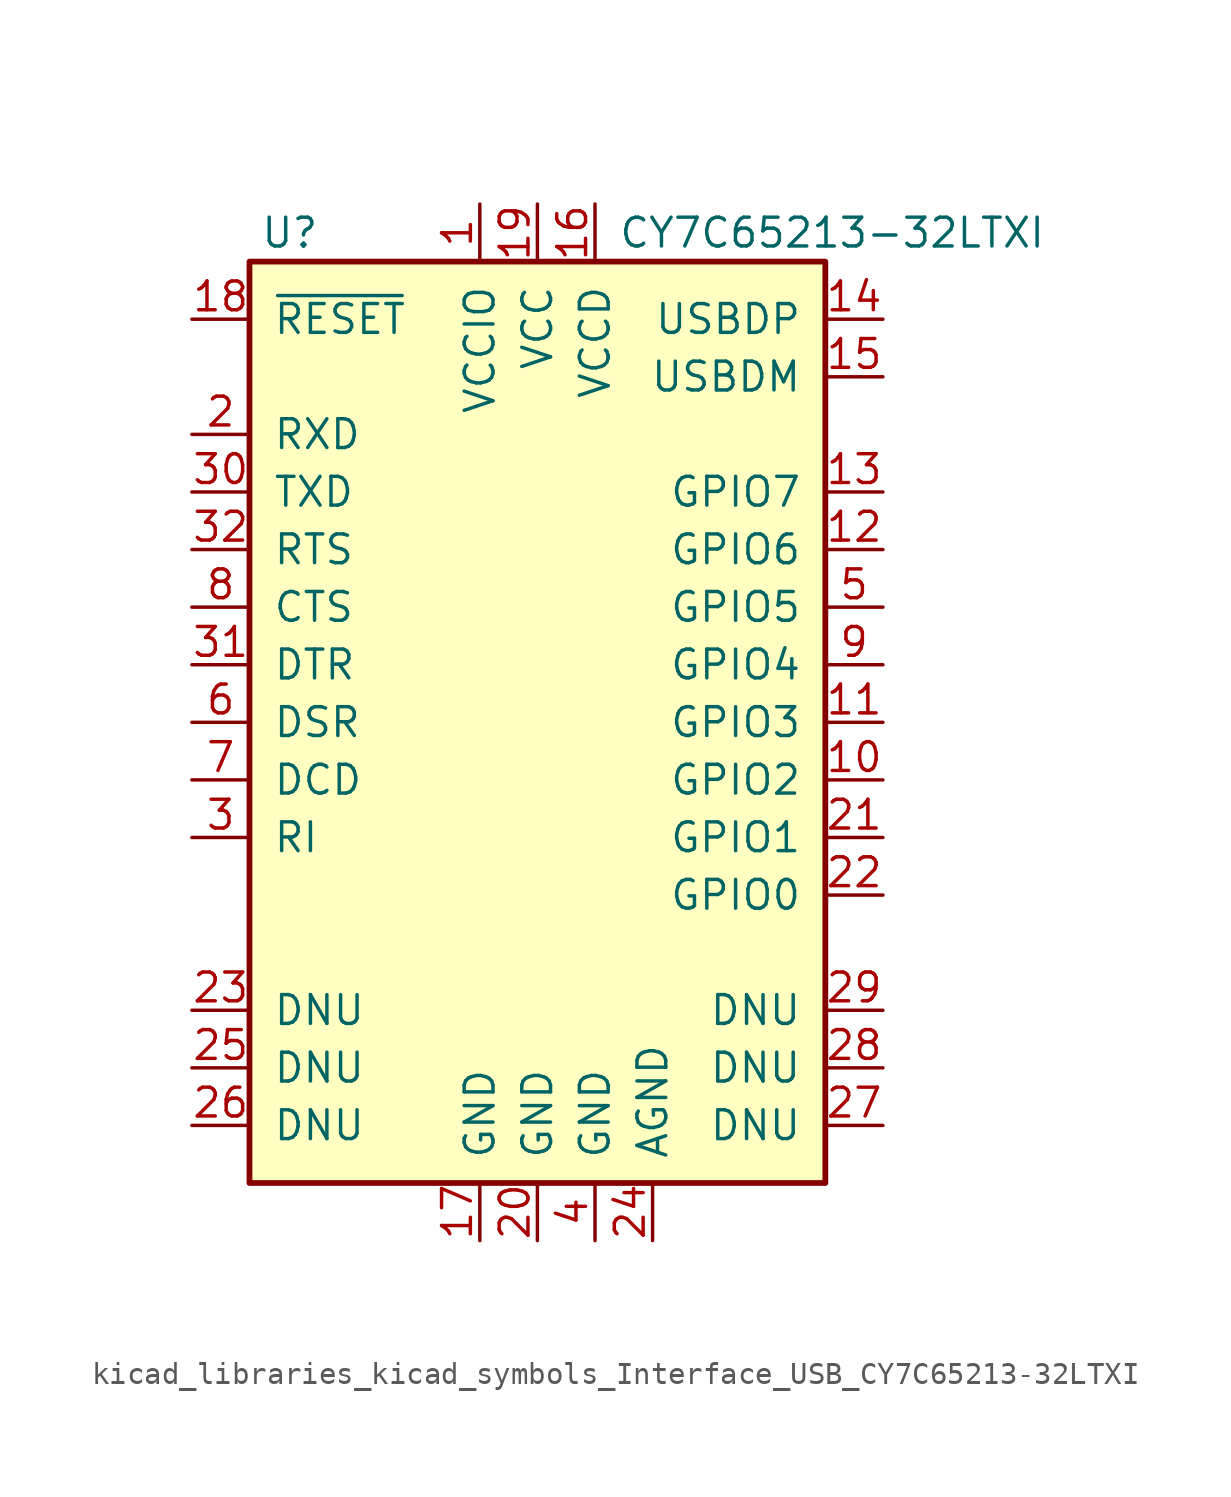
<source format=kicad_sym>
(kicad_symbol_lib
  (version 20220914)
  (generator kicad_symbol_editor)
  (symbol "kicad_libraries_kicad_symbols_Interface_USB_CY7C65213-32LTXI"
    (pin_names
      (offset 1.016))
    (property "Reference" "U"
      (at -10.922 19.05 0)
      (effects (font (size 1.27 1.27))))
    (property "Value" "CY7C65213-32LTXI"
      (at 3.556 19.05 0)
      (effects (font (size 1.27 1.27)) (justify left)))
    (symbol "kicad_libraries_kicad_symbols_Interface_USB_CY7C65213-32LTXI_0_1"
      (rectangle (start -12.7 17.78) (end 12.7 -22.86) (stroke (width 0.254) (type default)) (fill (type background))))
    (symbol "kicad_libraries_kicad_symbols_Interface_USB_CY7C65213-32LTXI_1_1"
      (pin power_in line (at -2.54 20.32 270) (length 2.54) (name "VCCIO" (effects (font (size 1.27 1.27)))) (number "1" (effects (font (size 1.27 1.27)))))
      (pin tri_state line (at 15.24 -5.08 180) (length 2.54) (name "GPIO2" (effects (font (size 1.27 1.27)))) (number "10" (effects (font (size 1.27 1.27)))))
      (pin bidirectional line (at 15.24 -2.54 180) (length 2.54) (name "GPIO3" (effects (font (size 1.27 1.27)))) (number "11" (effects (font (size 1.27 1.27)))))
      (pin tri_state line (at 15.24 5.08 180) (length 2.54) (name "GPIO6" (effects (font (size 1.27 1.27)))) (number "12" (effects (font (size 1.27 1.27)))))
      (pin tri_state line (at 15.24 7.62 180) (length 2.54) (name "GPIO7" (effects (font (size 1.27 1.27)))) (number "13" (effects (font (size 1.27 1.27)))))
      (pin bidirectional line (at 15.24 15.24 180) (length 2.54) (name "USBDP" (effects (font (size 1.27 1.27)))) (number "14" (effects (font (size 1.27 1.27)))))
      (pin bidirectional line (at 15.24 12.7 180) (length 2.54) (name "USBDM" (effects (font (size 1.27 1.27)))) (number "15" (effects (font (size 1.27 1.27)))))
      (pin passive line (at 2.54 20.32 270) (length 2.54) (name "VCCD" (effects (font (size 1.27 1.27)))) (number "16" (effects (font (size 1.27 1.27)))))
      (pin power_in line (at -2.54 -25.4 90) (length 2.54) (name "GND" (effects (font (size 1.27 1.27)))) (number "17" (effects (font (size 1.27 1.27)))))
      (pin bidirectional line (at -15.24 15.24 0) (length 2.54) (name "~{RESET}" (effects (font (size 1.27 1.27)))) (number "18" (effects (font (size 1.27 1.27)))))
      (pin power_in line (at 0 20.32 270) (length 2.54) (name "VCC" (effects (font (size 1.27 1.27)))) (number "19" (effects (font (size 1.27 1.27)))))
      (pin input line (at -15.24 10.16 0) (length 2.54) (name "RXD" (effects (font (size 1.27 1.27)))) (number "2" (effects (font (size 1.27 1.27)))))
      (pin power_in line (at 0 -25.4 90) (length 2.54) (name "GND" (effects (font (size 1.27 1.27)))) (number "20" (effects (font (size 1.27 1.27)))))
      (pin bidirectional line (at 15.24 -7.62 180) (length 2.54) (name "GPIO1" (effects (font (size 1.27 1.27)))) (number "21" (effects (font (size 1.27 1.27)))))
      (pin bidirectional line (at 15.24 -10.16 180) (length 2.54) (name "GPIO0" (effects (font (size 1.27 1.27)))) (number "22" (effects (font (size 1.27 1.27)))))
      (pin passive line (at -15.24 -15.24 0) (length 2.54) (name "DNU" (effects (font (size 1.27 1.27)))) (number "23" (effects (font (size 1.27 1.27)))))
      (pin power_in line (at 5.08 -25.4 90) (length 2.54) (name "AGND" (effects (font (size 1.27 1.27)))) (number "24" (effects (font (size 1.27 1.27)))))
      (pin passive line (at -15.24 -17.78 0) (length 2.54) (name "DNU" (effects (font (size 1.27 1.27)))) (number "25" (effects (font (size 1.27 1.27)))))
      (pin passive line (at -15.24 -20.32 0) (length 2.54) (name "DNU" (effects (font (size 1.27 1.27)))) (number "26" (effects (font (size 1.27 1.27)))))
      (pin passive line (at 15.24 -20.32 180) (length 2.54) (name "DNU" (effects (font (size 1.27 1.27)))) (number "27" (effects (font (size 1.27 1.27)))))
      (pin passive line (at 15.24 -17.78 180) (length 2.54) (name "DNU" (effects (font (size 1.27 1.27)))) (number "28" (effects (font (size 1.27 1.27)))))
      (pin passive line (at 15.24 -15.24 180) (length 2.54) (name "DNU" (effects (font (size 1.27 1.27)))) (number "29" (effects (font (size 1.27 1.27)))))
      (pin input line (at -15.24 -7.62 0) (length 2.54) (name "RI" (effects (font (size 1.27 1.27)))) (number "3" (effects (font (size 1.27 1.27)))))
      (pin output line (at -15.24 7.62 0) (length 2.54) (name "TXD" (effects (font (size 1.27 1.27)))) (number "30" (effects (font (size 1.27 1.27)))))
      (pin output line (at -15.24 0 0) (length 2.54) (name "DTR" (effects (font (size 1.27 1.27)))) (number "31" (effects (font (size 1.27 1.27)))))
      (pin output line (at -15.24 5.08 0) (length 2.54) (name "RTS" (effects (font (size 1.27 1.27)))) (number "32" (effects (font (size 1.27 1.27)))))
      (pin no_connect line (at -12.7 -12.7 0) (length 2.54) hide (name "1EP" (effects (font (size 1.27 1.27)))) (number "33" (effects (font (size 1.27 1.27)))))
      (pin power_in line (at 2.54 -25.4 90) (length 2.54) (name "GND" (effects (font (size 1.27 1.27)))) (number "4" (effects (font (size 1.27 1.27)))))
      (pin tri_state line (at 15.24 2.54 180) (length 2.54) (name "GPIO5" (effects (font (size 1.27 1.27)))) (number "5" (effects (font (size 1.27 1.27)))))
      (pin input line (at -15.24 -2.54 0) (length 2.54) (name "DSR" (effects (font (size 1.27 1.27)))) (number "6" (effects (font (size 1.27 1.27)))))
      (pin input line (at -15.24 -5.08 0) (length 2.54) (name "DCD" (effects (font (size 1.27 1.27)))) (number "7" (effects (font (size 1.27 1.27)))))
      (pin input line (at -15.24 2.54 0) (length 2.54) (name "CTS" (effects (font (size 1.27 1.27)))) (number "8" (effects (font (size 1.27 1.27)))))
      (pin bidirectional line (at 15.24 0 180) (length 2.54) (name "GPIO4" (effects (font (size 1.27 1.27)))) (number "9" (effects (font (size 1.27 1.27))))))))
</source>
